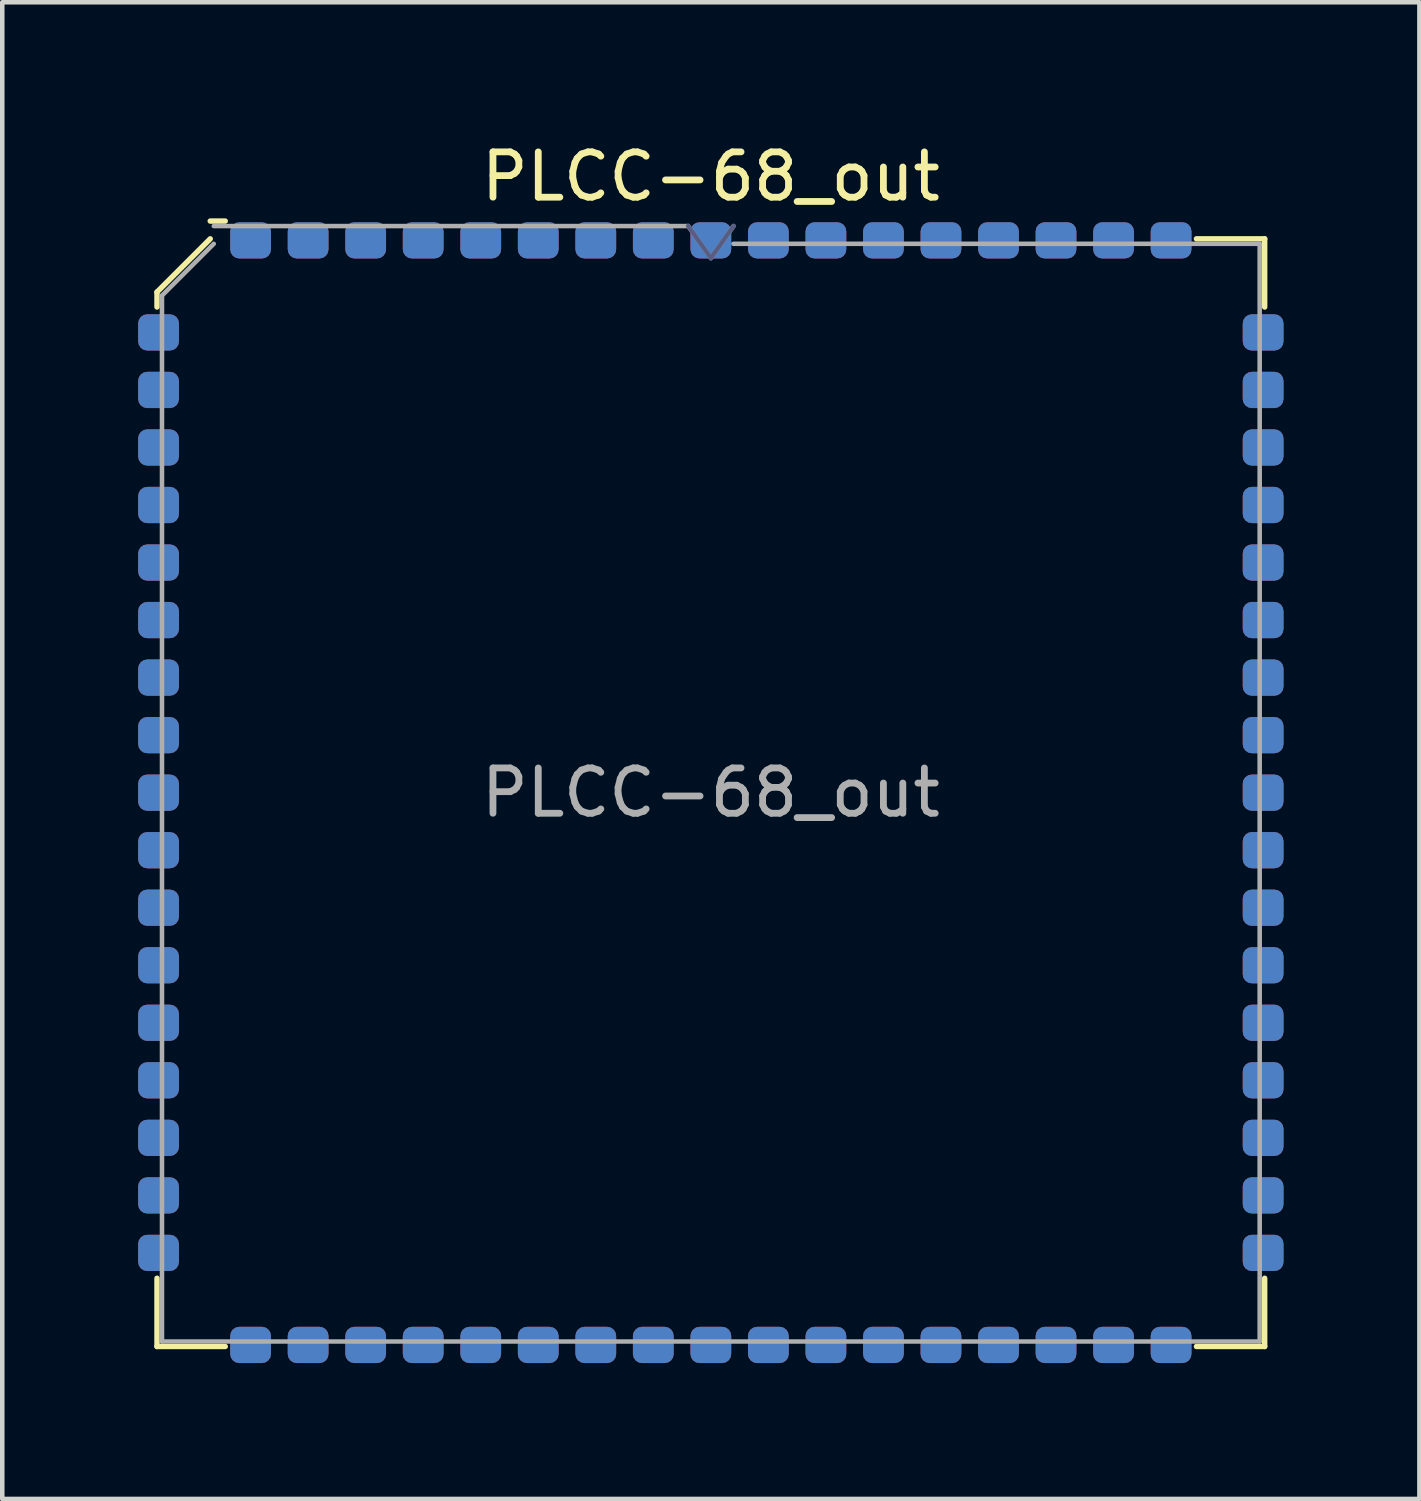
<source format=kicad_pcb>
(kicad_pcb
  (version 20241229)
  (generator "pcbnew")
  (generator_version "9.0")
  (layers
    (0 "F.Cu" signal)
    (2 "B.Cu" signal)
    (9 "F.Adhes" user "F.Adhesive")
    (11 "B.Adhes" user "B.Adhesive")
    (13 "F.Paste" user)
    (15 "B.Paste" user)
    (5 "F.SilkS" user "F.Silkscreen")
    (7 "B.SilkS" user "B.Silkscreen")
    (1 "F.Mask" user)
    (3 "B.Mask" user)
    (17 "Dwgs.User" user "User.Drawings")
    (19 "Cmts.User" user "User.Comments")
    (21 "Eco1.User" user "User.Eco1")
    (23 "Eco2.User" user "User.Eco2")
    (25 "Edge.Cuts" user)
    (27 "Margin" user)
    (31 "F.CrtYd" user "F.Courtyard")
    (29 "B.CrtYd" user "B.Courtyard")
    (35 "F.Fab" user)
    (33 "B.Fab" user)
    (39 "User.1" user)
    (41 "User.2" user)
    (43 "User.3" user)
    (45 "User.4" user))
  (footprint "PLCC-68_out"
    (layer "F.Cu")
    (at 12.642 14.448)
    (property "Reference" "PLCC-68_out" (at 0 -13.6 0) (layer "F.SilkS") (effects (font (size 1 1) (thickness 0.15))))
    (attr smd)
    (fp_line (start -12.226 -11.051) (end -12.226 -10.72) (stroke (width 0.12) (type solid)) (layer "F.SilkS"))
    (fp_line (start -12.226 12.226) (end -12.226 10.72) (stroke (width 0.12) (type solid)) (layer "F.SilkS"))
    (fp_line (start -11.051 -12.226) (end -12.226 -11.051) (stroke (width 0.12) (type solid)) (layer "F.SilkS"))
    (fp_line (start -10.72 -12.618) (end -11.051 -12.618) (stroke (width 0.12) (type solid)) (layer "F.SilkS"))
    (fp_line (start -10.72 12.226) (end -12.226 12.226) (stroke (width 0.12) (type solid)) (layer "F.SilkS"))
    (fp_line (start 10.72 -12.226) (end 12.226 -12.226) (stroke (width 0.12) (type solid)) (layer "F.SilkS"))
    (fp_line (start 10.72 12.226) (end 12.226 12.226) (stroke (width 0.12) (type solid)) (layer "F.SilkS"))
    (fp_line (start 12.226 -12.226) (end 12.226 -10.72) (stroke (width 0.12) (type solid)) (layer "F.SilkS"))
    (fp_line (start 12.226 12.226) (end 12.226 10.72) (stroke (width 0.12) (type solid)) (layer "F.SilkS"))
    (fp_line (start -0.5 -12.508) (end 0 -11.801) (stroke (width 0.1) (type solid)) (layer "B.Fab"))
    (fp_line (start 0 -11.801) (end 0.5 -12.508) (stroke (width 0.1) (type solid)) (layer "B.Fab"))
    (fp_line (start -12.116 -10.973) (end -10.973 -12.116) (stroke (width 0.1) (type solid)) (layer "F.Fab"))
    (fp_line (start -12.116 12.116) (end -12.116 -10.973) (stroke (width 0.1) (type solid)) (layer "F.Fab"))
    (fp_line (start -10.973 -12.508) (end -0.5 -12.508) (stroke (width 0.1) (type solid)) (layer "F.Fab"))
    (fp_line (start -0.5 -12.508) (end 0 -11.801) (stroke (width 0.1) (type solid)) (layer "F.Fab"))
    (fp_line (start 0 -11.801) (end 0.5 -12.508) (stroke (width 0.1) (type solid)) (layer "F.Fab"))
    (fp_line (start 0.5 -12.116) (end 12.116 -12.116) (stroke (width 0.1) (type solid)) (layer "F.Fab"))
    (fp_line (start 12.116 -12.116) (end 12.116 12.116) (stroke (width 0.1) (type solid)) (layer "F.Fab"))
    (fp_line (start 12.116 12.116) (end -12.116 12.116) (stroke (width 0.1) (type solid)) (layer "F.Fab"))
    (fp_text user "${REFERENCE}" (at 0 0 0) (layer "F.Fab") (effects (font (size 1 1) (thickness 0.15))))
    (pad "1" smd roundrect (at 0 -12.192) (size 0.9 0.8) (layers "F.Cu" "F.Mask" "F.Paste") (roundrect_rratio 0.25))
    (pad "1" smd roundrect (at 0 -12.192) (size 0.9 0.8) (layers "B.Cu" "B.Mask" "B.Paste") (roundrect_rratio 0.25))
    (pad "2" smd roundrect (at -1.27 -12.192) (size 0.9 0.8) (layers "F.Cu" "F.Mask" "F.Paste") (roundrect_rratio 0.25))
    (pad "2" smd roundrect (at -1.27 -12.192) (size 0.9 0.8) (layers "B.Cu" "B.Mask" "B.Paste") (roundrect_rratio 0.25))
    (pad "3" smd roundrect (at -2.54 -12.192) (size 0.9 0.8) (layers "F.Cu" "F.Mask" "F.Paste") (roundrect_rratio 0.25))
    (pad "3" smd roundrect (at -2.54 -12.192) (size 0.9 0.8) (layers "B.Cu" "B.Mask" "B.Paste") (roundrect_rratio 0.25))
    (pad "4" smd roundrect (at -3.81 -12.192) (size 0.9 0.8) (layers "F.Cu" "F.Mask" "F.Paste") (roundrect_rratio 0.25))
    (pad "4" smd roundrect (at -3.81 -12.192) (size 0.9 0.8) (layers "B.Cu" "B.Mask" "B.Paste") (roundrect_rratio 0.25))
    (pad "5" smd roundrect (at -5.08 -12.192) (size 0.9 0.8) (layers "F.Cu" "F.Mask" "F.Paste") (roundrect_rratio 0.25))
    (pad "5" smd roundrect (at -5.08 -12.192) (size 0.9 0.8) (layers "B.Cu" "B.Mask" "B.Paste") (roundrect_rratio 0.25))
    (pad "6" smd roundrect (at -6.35 -12.192) (size 0.9 0.8) (layers "F.Cu" "F.Mask" "F.Paste") (roundrect_rratio 0.25))
    (pad "6" smd roundrect (at -6.35 -12.192) (size 0.9 0.8) (layers "B.Cu" "B.Mask" "B.Paste") (roundrect_rratio 0.25))
    (pad "7" smd roundrect (at -7.62 -12.192) (size 0.9 0.8) (layers "F.Cu" "F.Mask" "F.Paste") (roundrect_rratio 0.25))
    (pad "7" smd roundrect (at -7.62 -12.192) (size 0.9 0.8) (layers "B.Cu" "B.Mask" "B.Paste") (roundrect_rratio 0.25))
    (pad "8" smd roundrect (at -8.89 -12.192) (size 0.9 0.8) (layers "F.Cu" "F.Mask" "F.Paste") (roundrect_rratio 0.25))
    (pad "8" smd roundrect (at -8.89 -12.192) (size 0.9 0.8) (layers "B.Cu" "B.Mask" "B.Paste") (roundrect_rratio 0.25))
    (pad "9" smd roundrect (at -10.16 -12.192) (size 0.9 0.8) (layers "F.Cu" "F.Mask" "F.Paste") (roundrect_rratio 0.25))
    (pad "9" smd roundrect (at -10.16 -12.192) (size 0.9 0.8) (layers "B.Cu" "B.Mask" "B.Paste") (roundrect_rratio 0.25))
    (pad "10" smd roundrect (at -12.192 -10.16) (size 0.9 0.8) (layers "F.Cu" "F.Mask" "F.Paste") (roundrect_rratio 0.25))
    (pad "10" smd roundrect (at -12.192 -10.16) (size 0.9 0.8) (layers "B.Cu" "B.Mask" "B.Paste") (roundrect_rratio 0.25))
    (pad "11" smd roundrect (at -12.192 -8.89) (size 0.9 0.8) (layers "F.Cu" "F.Mask" "F.Paste") (roundrect_rratio 0.25))
    (pad "11" smd roundrect (at -12.192 -8.89) (size 0.9 0.8) (layers "B.Cu" "B.Mask" "B.Paste") (roundrect_rratio 0.25))
    (pad "12" smd roundrect (at -12.192 -7.62) (size 0.9 0.8) (layers "F.Cu" "F.Mask" "F.Paste") (roundrect_rratio 0.25))
    (pad "12" smd roundrect (at -12.192 -7.62) (size 0.9 0.8) (layers "B.Cu" "B.Mask" "B.Paste") (roundrect_rratio 0.25))
    (pad "13" smd roundrect (at -12.192 -6.35) (size 0.9 0.8) (layers "F.Cu" "F.Mask" "F.Paste") (roundrect_rratio 0.25))
    (pad "13" smd roundrect (at -12.192 -6.35) (size 0.9 0.8) (layers "B.Cu" "B.Mask" "B.Paste") (roundrect_rratio 0.25))
    (pad "14" smd roundrect (at -12.192 -5.08) (size 0.9 0.8) (layers "F.Cu" "F.Mask" "F.Paste") (roundrect_rratio 0.25))
    (pad "14" smd roundrect (at -12.192 -5.08) (size 0.9 0.8) (layers "B.Cu" "B.Mask" "B.Paste") (roundrect_rratio 0.25))
    (pad "15" smd roundrect (at -12.192 -3.81) (size 0.9 0.8) (layers "F.Cu" "F.Mask" "F.Paste") (roundrect_rratio 0.25))
    (pad "15" smd roundrect (at -12.192 -3.81) (size 0.9 0.8) (layers "B.Cu" "B.Mask" "B.Paste") (roundrect_rratio 0.25))
    (pad "16" smd roundrect (at -12.192 -2.54) (size 0.9 0.8) (layers "F.Cu" "F.Mask" "F.Paste") (roundrect_rratio 0.25))
    (pad "16" smd roundrect (at -12.192 -2.54) (size 0.9 0.8) (layers "B.Cu" "B.Mask" "B.Paste") (roundrect_rratio 0.25))
    (pad "17" smd roundrect (at -12.192 -1.27) (size 0.9 0.8) (layers "F.Cu" "F.Mask" "F.Paste") (roundrect_rratio 0.25))
    (pad "17" smd roundrect (at -12.192 -1.27) (size 0.9 0.8) (layers "B.Cu" "B.Mask" "B.Paste") (roundrect_rratio 0.25))
    (pad "18" smd roundrect (at -12.192 0) (size 0.9 0.8) (layers "F.Cu" "F.Mask" "F.Paste") (roundrect_rratio 0.25))
    (pad "18" smd roundrect (at -12.192 0) (size 0.9 0.8) (layers "B.Cu" "B.Mask" "B.Paste") (roundrect_rratio 0.25))
    (pad "19" smd roundrect (at -12.192 1.27) (size 0.9 0.8) (layers "F.Cu" "F.Mask" "F.Paste") (roundrect_rratio 0.25))
    (pad "19" smd roundrect (at -12.192 1.27) (size 0.9 0.8) (layers "B.Cu" "B.Mask" "B.Paste") (roundrect_rratio 0.25))
    (pad "20" smd roundrect (at -12.192 2.54) (size 0.9 0.8) (layers "F.Cu" "F.Mask" "F.Paste") (roundrect_rratio 0.25))
    (pad "20" smd roundrect (at -12.192 2.54) (size 0.9 0.8) (layers "B.Cu" "B.Mask" "B.Paste") (roundrect_rratio 0.25))
    (pad "21" smd roundrect (at -12.192 3.81) (size 0.9 0.8) (layers "F.Cu" "F.Mask" "F.Paste") (roundrect_rratio 0.25))
    (pad "21" smd roundrect (at -12.192 3.81) (size 0.9 0.8) (layers "B.Cu" "B.Mask" "B.Paste") (roundrect_rratio 0.25))
    (pad "22" smd roundrect (at -12.192 5.08) (size 0.9 0.8) (layers "F.Cu" "F.Mask" "F.Paste") (roundrect_rratio 0.25))
    (pad "22" smd roundrect (at -12.192 5.08) (size 0.9 0.8) (layers "B.Cu" "B.Mask" "B.Paste") (roundrect_rratio 0.25))
    (pad "23" smd roundrect (at -12.192 6.35) (size 0.9 0.8) (layers "F.Cu" "F.Mask" "F.Paste") (roundrect_rratio 0.25))
    (pad "23" smd roundrect (at -12.192 6.35) (size 0.9 0.8) (layers "B.Cu" "B.Mask" "B.Paste") (roundrect_rratio 0.25))
    (pad "24" smd roundrect (at -12.192 7.62) (size 0.9 0.8) (layers "F.Cu" "F.Mask" "F.Paste") (roundrect_rratio 0.25))
    (pad "24" smd roundrect (at -12.192 7.62) (size 0.9 0.8) (layers "B.Cu" "B.Mask" "B.Paste") (roundrect_rratio 0.25))
    (pad "25" smd roundrect (at -12.192 8.89) (size 0.9 0.8) (layers "F.Cu" "F.Mask" "F.Paste") (roundrect_rratio 0.25))
    (pad "25" smd roundrect (at -12.192 8.89) (size 0.9 0.8) (layers "B.Cu" "B.Mask" "B.Paste") (roundrect_rratio 0.25))
    (pad "26" smd roundrect (at -12.192 10.16) (size 0.9 0.8) (layers "F.Cu" "F.Mask" "F.Paste") (roundrect_rratio 0.25))
    (pad "26" smd roundrect (at -12.192 10.16) (size 0.9 0.8) (layers "B.Cu" "B.Mask" "B.Paste") (roundrect_rratio 0.25))
    (pad "27" smd roundrect (at -10.16 12.192) (size 0.9 0.8) (layers "F.Cu" "F.Mask" "F.Paste") (roundrect_rratio 0.25))
    (pad "27" smd roundrect (at -10.16 12.192) (size 0.9 0.8) (layers "B.Cu" "B.Mask" "B.Paste") (roundrect_rratio 0.25))
    (pad "28" smd roundrect (at -8.89 12.192) (size 0.9 0.8) (layers "F.Cu" "F.Mask" "F.Paste") (roundrect_rratio 0.25))
    (pad "28" smd roundrect (at -8.89 12.192) (size 0.9 0.8) (layers "B.Cu" "B.Mask" "B.Paste") (roundrect_rratio 0.25))
    (pad "29" smd roundrect (at -7.62 12.192) (size 0.9 0.8) (layers "F.Cu" "F.Mask" "F.Paste") (roundrect_rratio 0.25))
    (pad "29" smd roundrect (at -7.62 12.192) (size 0.9 0.8) (layers "B.Cu" "B.Mask" "B.Paste") (roundrect_rratio 0.25))
    (pad "30" smd roundrect (at -6.35 12.192) (size 0.9 0.8) (layers "F.Cu" "F.Mask" "F.Paste") (roundrect_rratio 0.25))
    (pad "30" smd roundrect (at -6.35 12.192) (size 0.9 0.8) (layers "B.Cu" "B.Mask" "B.Paste") (roundrect_rratio 0.25))
    (pad "31" smd roundrect (at -5.08 12.192) (size 0.9 0.8) (layers "F.Cu" "F.Mask" "F.Paste") (roundrect_rratio 0.25))
    (pad "31" smd roundrect (at -5.08 12.192) (size 0.9 0.8) (layers "B.Cu" "B.Mask" "B.Paste") (roundrect_rratio 0.25))
    (pad "32" smd roundrect (at -3.81 12.192) (size 0.9 0.8) (layers "F.Cu" "F.Mask" "F.Paste") (roundrect_rratio 0.25))
    (pad "32" smd roundrect (at -3.81 12.192) (size 0.9 0.8) (layers "B.Cu" "B.Mask" "B.Paste") (roundrect_rratio 0.25))
    (pad "33" smd roundrect (at -2.54 12.192) (size 0.9 0.8) (layers "F.Cu" "F.Mask" "F.Paste") (roundrect_rratio 0.25))
    (pad "33" smd roundrect (at -2.54 12.192) (size 0.9 0.8) (layers "B.Cu" "B.Mask" "B.Paste") (roundrect_rratio 0.25))
    (pad "34" smd roundrect (at -1.27 12.192) (size 0.9 0.8) (layers "F.Cu" "F.Mask" "F.Paste") (roundrect_rratio 0.25))
    (pad "34" smd roundrect (at -1.27 12.192) (size 0.9 0.8) (layers "B.Cu" "B.Mask" "B.Paste") (roundrect_rratio 0.25))
    (pad "35" smd roundrect (at 0 12.192) (size 0.9 0.8) (layers "F.Cu" "F.Mask" "F.Paste") (roundrect_rratio 0.25))
    (pad "35" smd roundrect (at 0 12.192) (size 0.9 0.8) (layers "B.Cu" "B.Mask" "B.Paste") (roundrect_rratio 0.25))
    (pad "36" smd roundrect (at 1.27 12.192) (size 0.9 0.8) (layers "F.Cu" "F.Mask" "F.Paste") (roundrect_rratio 0.25))
    (pad "36" smd roundrect (at 1.27 12.192) (size 0.9 0.8) (layers "B.Cu" "B.Mask" "B.Paste") (roundrect_rratio 0.25))
    (pad "37" smd roundrect (at 2.54 12.192) (size 0.9 0.8) (layers "F.Cu" "F.Mask" "F.Paste") (roundrect_rratio 0.25))
    (pad "37" smd roundrect (at 2.54 12.192) (size 0.9 0.8) (layers "B.Cu" "B.Mask" "B.Paste") (roundrect_rratio 0.25))
    (pad "38" smd roundrect (at 3.81 12.192) (size 0.9 0.8) (layers "F.Cu" "F.Mask" "F.Paste") (roundrect_rratio 0.25))
    (pad "38" smd roundrect (at 3.81 12.192) (size 0.9 0.8) (layers "B.Cu" "B.Mask" "B.Paste") (roundrect_rratio 0.25))
    (pad "39" smd roundrect (at 5.08 12.192) (size 0.9 0.8) (layers "F.Cu" "F.Mask" "F.Paste") (roundrect_rratio 0.25))
    (pad "39" smd roundrect (at 5.08 12.192) (size 0.9 0.8) (layers "B.Cu" "B.Mask" "B.Paste") (roundrect_rratio 0.25))
    (pad "40" smd roundrect (at 6.35 12.192) (size 0.9 0.8) (layers "F.Cu" "F.Mask" "F.Paste") (roundrect_rratio 0.25))
    (pad "40" smd roundrect (at 6.35 12.192) (size 0.9 0.8) (layers "B.Cu" "B.Mask" "B.Paste") (roundrect_rratio 0.25))
    (pad "41" smd roundrect (at 7.62 12.192) (size 0.9 0.8) (layers "F.Cu" "F.Mask" "F.Paste") (roundrect_rratio 0.25))
    (pad "41" smd roundrect (at 7.62 12.192) (size 0.9 0.8) (layers "B.Cu" "B.Mask" "B.Paste") (roundrect_rratio 0.25))
    (pad "42" smd roundrect (at 8.89 12.192) (size 0.9 0.8) (layers "F.Cu" "F.Mask" "F.Paste") (roundrect_rratio 0.25))
    (pad "42" smd roundrect (at 8.89 12.192) (size 0.9 0.8) (layers "B.Cu" "B.Mask" "B.Paste") (roundrect_rratio 0.25))
    (pad "43" smd roundrect (at 10.16 12.192) (size 0.9 0.8) (layers "F.Cu" "F.Mask" "F.Paste") (roundrect_rratio 0.25))
    (pad "43" smd roundrect (at 10.16 12.192) (size 0.9 0.8) (layers "B.Cu" "B.Mask" "B.Paste") (roundrect_rratio 0.25))
    (pad "44" smd roundrect (at 12.192 10.16) (size 0.9 0.8) (layers "F.Cu" "F.Mask" "F.Paste") (roundrect_rratio 0.25))
    (pad "44" smd roundrect (at 12.192 10.16) (size 0.9 0.8) (layers "B.Cu" "B.Mask" "B.Paste") (roundrect_rratio 0.25))
    (pad "45" smd roundrect (at 12.192 8.89) (size 0.9 0.8) (layers "F.Cu" "F.Mask" "F.Paste") (roundrect_rratio 0.25))
    (pad "45" smd roundrect (at 12.192 8.89) (size 0.9 0.8) (layers "B.Cu" "B.Mask" "B.Paste") (roundrect_rratio 0.25))
    (pad "46" smd roundrect (at 12.192 7.62) (size 0.9 0.8) (layers "F.Cu" "F.Mask" "F.Paste") (roundrect_rratio 0.25))
    (pad "46" smd roundrect (at 12.192 7.62) (size 0.9 0.8) (layers "B.Cu" "B.Mask" "B.Paste") (roundrect_rratio 0.25))
    (pad "47" smd roundrect (at 12.192 6.35) (size 0.9 0.8) (layers "F.Cu" "F.Mask" "F.Paste") (roundrect_rratio 0.25))
    (pad "47" smd roundrect (at 12.192 6.35) (size 0.9 0.8) (layers "B.Cu" "B.Mask" "B.Paste") (roundrect_rratio 0.25))
    (pad "48" smd roundrect (at 12.192 5.08) (size 0.9 0.8) (layers "F.Cu" "F.Mask" "F.Paste") (roundrect_rratio 0.25))
    (pad "48" smd roundrect (at 12.192 5.08) (size 0.9 0.8) (layers "B.Cu" "B.Mask" "B.Paste") (roundrect_rratio 0.25))
    (pad "49" smd roundrect (at 12.192 3.81) (size 0.9 0.8) (layers "F.Cu" "F.Mask" "F.Paste") (roundrect_rratio 0.25))
    (pad "49" smd roundrect (at 12.192 3.81) (size 0.9 0.8) (layers "B.Cu" "B.Mask" "B.Paste") (roundrect_rratio 0.25))
    (pad "50" smd roundrect (at 12.192 2.54) (size 0.9 0.8) (layers "F.Cu" "F.Mask" "F.Paste") (roundrect_rratio 0.25))
    (pad "50" smd roundrect (at 12.192 2.54) (size 0.9 0.8) (layers "B.Cu" "B.Mask" "B.Paste") (roundrect_rratio 0.25))
    (pad "51" smd roundrect (at 12.192 1.27) (size 0.9 0.8) (layers "F.Cu" "F.Mask" "F.Paste") (roundrect_rratio 0.25))
    (pad "51" smd roundrect (at 12.192 1.27) (size 0.9 0.8) (layers "B.Cu" "B.Mask" "B.Paste") (roundrect_rratio 0.25))
    (pad "52" smd roundrect (at 12.192 0) (size 0.9 0.8) (layers "F.Cu" "F.Mask" "F.Paste") (roundrect_rratio 0.25))
    (pad "52" smd roundrect (at 12.192 0) (size 0.9 0.8) (layers "B.Cu" "B.Mask" "B.Paste") (roundrect_rratio 0.25))
    (pad "53" smd roundrect (at 12.192 -1.27) (size 0.9 0.8) (layers "F.Cu" "F.Mask" "F.Paste") (roundrect_rratio 0.25))
    (pad "53" smd roundrect (at 12.192 -1.27) (size 0.9 0.8) (layers "B.Cu" "B.Mask" "B.Paste") (roundrect_rratio 0.25))
    (pad "54" smd roundrect (at 12.192 -2.54) (size 0.9 0.8) (layers "F.Cu" "F.Mask" "F.Paste") (roundrect_rratio 0.25))
    (pad "54" smd roundrect (at 12.192 -2.54) (size 0.9 0.8) (layers "B.Cu" "B.Mask" "B.Paste") (roundrect_rratio 0.25))
    (pad "55" smd roundrect (at 12.192 -3.81) (size 0.9 0.8) (layers "F.Cu" "F.Mask" "F.Paste") (roundrect_rratio 0.25))
    (pad "55" smd roundrect (at 12.192 -3.81) (size 0.9 0.8) (layers "B.Cu" "B.Mask" "B.Paste") (roundrect_rratio 0.25))
    (pad "56" smd roundrect (at 12.192 -5.08) (size 0.9 0.8) (layers "F.Cu" "F.Mask" "F.Paste") (roundrect_rratio 0.25))
    (pad "56" smd roundrect (at 12.192 -5.08) (size 0.9 0.8) (layers "B.Cu" "B.Mask" "B.Paste") (roundrect_rratio 0.25))
    (pad "57" smd roundrect (at 12.192 -6.35) (size 0.9 0.8) (layers "F.Cu" "F.Mask" "F.Paste") (roundrect_rratio 0.25))
    (pad "57" smd roundrect (at 12.192 -6.35) (size 0.9 0.8) (layers "B.Cu" "B.Mask" "B.Paste") (roundrect_rratio 0.25))
    (pad "58" smd roundrect (at 12.192 -7.62) (size 0.9 0.8) (layers "F.Cu" "F.Mask" "F.Paste") (roundrect_rratio 0.25))
    (pad "58" smd roundrect (at 12.192 -7.62) (size 0.9 0.8) (layers "B.Cu" "B.Mask" "B.Paste") (roundrect_rratio 0.25))
    (pad "59" smd roundrect (at 12.192 -8.89) (size 0.9 0.8) (layers "F.Cu" "F.Mask" "F.Paste") (roundrect_rratio 0.25))
    (pad "59" smd roundrect (at 12.192 -8.89) (size 0.9 0.8) (layers "B.Cu" "B.Mask" "B.Paste") (roundrect_rratio 0.25))
    (pad "60" smd roundrect (at 12.192 -10.16) (size 0.9 0.8) (layers "F.Cu" "F.Mask" "F.Paste") (roundrect_rratio 0.25))
    (pad "60" smd roundrect (at 12.192 -10.16) (size 0.9 0.8) (layers "B.Cu" "B.Mask" "B.Paste") (roundrect_rratio 0.25))
    (pad "61" smd roundrect (at 10.16 -12.192) (size 0.9 0.8) (layers "F.Cu" "F.Mask" "F.Paste") (roundrect_rratio 0.25))
    (pad "61" smd roundrect (at 10.16 -12.192) (size 0.9 0.8) (layers "B.Cu" "B.Mask" "B.Paste") (roundrect_rratio 0.25))
    (pad "62" smd roundrect (at 8.89 -12.192) (size 0.9 0.8) (layers "F.Cu" "F.Mask" "F.Paste") (roundrect_rratio 0.25))
    (pad "62" smd roundrect (at 8.89 -12.192) (size 0.9 0.8) (layers "B.Cu" "B.Mask" "B.Paste") (roundrect_rratio 0.25))
    (pad "63" smd roundrect (at 7.62 -12.192) (size 0.9 0.8) (layers "F.Cu" "F.Mask" "F.Paste") (roundrect_rratio 0.25))
    (pad "63" smd roundrect (at 7.62 -12.192) (size 0.9 0.8) (layers "B.Cu" "B.Mask" "B.Paste") (roundrect_rratio 0.25))
    (pad "64" smd roundrect (at 6.35 -12.192) (size 0.9 0.8) (layers "F.Cu" "F.Mask" "F.Paste") (roundrect_rratio 0.25))
    (pad "64" smd roundrect (at 6.35 -12.192) (size 0.9 0.8) (layers "B.Cu" "B.Mask" "B.Paste") (roundrect_rratio 0.25))
    (pad "65" smd roundrect (at 5.08 -12.192) (size 0.9 0.8) (layers "F.Cu" "F.Mask" "F.Paste") (roundrect_rratio 0.25))
    (pad "65" smd roundrect (at 5.08 -12.192) (size 0.9 0.8) (layers "B.Cu" "B.Mask" "B.Paste") (roundrect_rratio 0.25))
    (pad "66" smd roundrect (at 3.81 -12.192) (size 0.9 0.8) (layers "F.Cu" "F.Mask" "F.Paste") (roundrect_rratio 0.25))
    (pad "66" smd roundrect (at 3.81 -12.192) (size 0.9 0.8) (layers "B.Cu" "B.Mask" "B.Paste") (roundrect_rratio 0.25))
    (pad "67" smd roundrect (at 2.54 -12.192) (size 0.9 0.8) (layers "F.Cu" "F.Mask" "F.Paste") (roundrect_rratio 0.25))
    (pad "67" smd roundrect (at 2.54 -12.192) (size 0.9 0.8) (layers "B.Cu" "B.Mask" "B.Paste") (roundrect_rratio 0.25))
    (pad "68" smd roundrect (at 1.27 -12.192) (size 0.9 0.8) (layers "F.Cu" "F.Mask" "F.Paste") (roundrect_rratio 0.25))
    (pad "68" smd roundrect (at 1.27 -12.192) (size 0.9 0.8) (layers "B.Cu" "B.Mask" "B.Paste") (roundrect_rratio 0.25)))
  (gr_rect
    (start -3 -3)
    (end 28.284 30.04)
    (stroke (width 0.1) (type default))
    (fill no)
    (layer "Edge.Cuts")))
</source>
